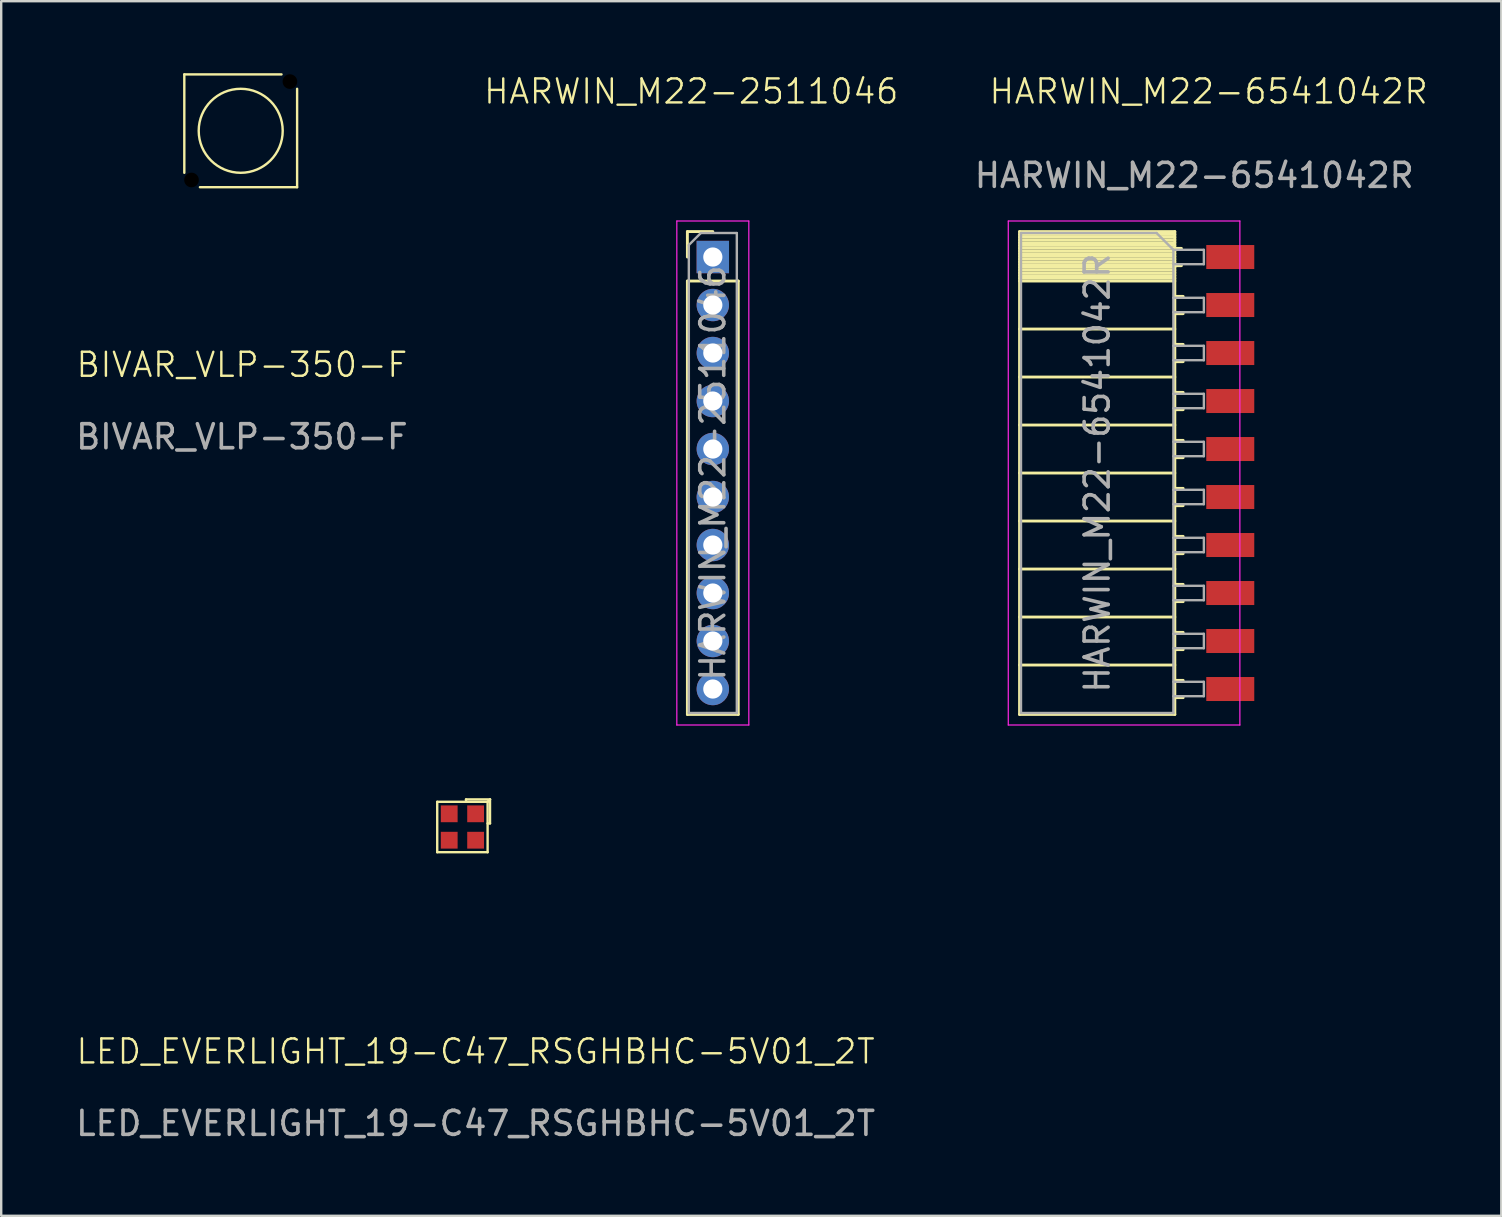
<source format=kicad_pcb>
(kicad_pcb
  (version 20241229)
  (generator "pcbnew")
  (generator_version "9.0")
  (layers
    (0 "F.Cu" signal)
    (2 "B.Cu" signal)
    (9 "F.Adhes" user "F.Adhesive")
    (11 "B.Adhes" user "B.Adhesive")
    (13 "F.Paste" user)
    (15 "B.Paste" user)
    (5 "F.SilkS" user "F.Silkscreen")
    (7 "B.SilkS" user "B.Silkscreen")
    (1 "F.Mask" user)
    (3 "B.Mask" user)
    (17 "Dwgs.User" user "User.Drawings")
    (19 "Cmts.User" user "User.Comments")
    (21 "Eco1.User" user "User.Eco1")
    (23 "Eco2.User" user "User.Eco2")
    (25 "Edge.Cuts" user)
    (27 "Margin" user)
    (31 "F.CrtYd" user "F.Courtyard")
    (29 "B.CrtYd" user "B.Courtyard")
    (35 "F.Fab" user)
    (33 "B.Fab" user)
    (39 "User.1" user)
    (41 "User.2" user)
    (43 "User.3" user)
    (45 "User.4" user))
  (footprint "LED_EVERLIGHT_19-C47_RSGHBHC-5V01_2T"
    (layer "F.Cu")
    (at 16.768 30.86)
    (property "Reference" "LED_EVERLIGHT_19-C47_RSGHBHC-5V01_2T" (at 0 9.9 0) (unlocked yes) (layer "F.SilkS") (effects (font (size 1 1) (thickness 0.1))))
    (attr smd)
    (fp_line (start -1.6 -0.5) (end -0.4 -0.5) (stroke (width 0.1) (type default)) (layer "F.SilkS"))
    (fp_line (start -1.6 1.6) (end -1.6 -0.5) (stroke (width 0.1) (type default)) (layer "F.SilkS"))
    (fp_line (start -0.4 -0.6) (end 0.6 -0.6) (stroke (width 0.1) (type default)) (layer "F.SilkS"))
    (fp_line (start -0.4 -0.5) (end -0.4 -0.6) (stroke (width 0.1) (type default)) (layer "F.SilkS"))
    (fp_line (start -0.4 -0.5) (end 0.5 -0.5) (stroke (width 0.1) (type default)) (layer "F.SilkS"))
    (fp_line (start 0.5 -0.5) (end 0.5 1.6) (stroke (width 0.1) (type default)) (layer "F.SilkS"))
    (fp_line (start 0.5 -0.5) (end 0.6 -0.6) (stroke (width 0.1) (type default)) (layer "F.SilkS"))
    (fp_line (start 0.5 1.6) (end -1.6 1.6) (stroke (width 0.1) (type default)) (layer "F.SilkS"))
    (fp_line (start 0.6 -0.6) (end 0.6 0.4) (stroke (width 0.1) (type default)) (layer "F.SilkS"))
    (fp_line (start 0.6 0.4) (end 0.5 0.4) (stroke (width 0.1) (type default)) (layer "F.SilkS"))
    (fp_text user "${REFERENCE}" (at 0 12.9 0) (unlocked yes) (layer "F.Fab") (effects (font (size 1 1) (thickness 0.15))))
    (pad "1" smd rect (at 0 0) (size 0.7 0.7) (layers "F.Cu" "F.Mask" "F.Paste"))
    (pad "2" smd rect (at 0 1.1) (size 0.7 0.7) (layers "F.Cu" "F.Mask" "F.Paste"))
    (pad "3" smd rect (at -1.1 1.1) (size 0.7 0.7) (layers "F.Cu" "F.Mask" "F.Paste"))
    (pad "4" smd rect (at -1.1 0) (size 0.7 0.7) (layers "F.Cu" "F.Mask" "F.Paste")))
  (footprint "HARWIN_M22-6541042R"
    (layer "F.Cu")
    (at 48.213 7.66)
    (property "Reference" "HARWIN_M22-6541042R" (at -0.9 -6.9 0) (unlocked yes) (layer "F.SilkS") (effects (font (size 1 1) (thickness 0.1))))
    (attr smd)
    (fp_line (start -8.78 -1.06) (end -8.78 19.06) (stroke (width 0.12) (type solid)) (layer "F.SilkS"))
    (fp_line (start -8.78 -1.06) (end -2.31 -1.06) (stroke (width 0.12) (type solid)) (layer "F.SilkS"))
    (fp_line (start -8.78 -0.94) (end -2.31 -0.94) (stroke (width 0.12) (type solid)) (layer "F.SilkS"))
    (fp_line (start -8.78 -0.826) (end -2.31 -0.826) (stroke (width 0.12) (type solid)) (layer "F.SilkS"))
    (fp_line (start -8.78 -0.712) (end -2.31 -0.712) (stroke (width 0.12) (type solid)) (layer "F.SilkS"))
    (fp_line (start -8.78 -0.598) (end -2.31 -0.598) (stroke (width 0.12) (type solid)) (layer "F.SilkS"))
    (fp_line (start -8.78 -0.484) (end -2.31 -0.484) (stroke (width 0.12) (type solid)) (layer "F.SilkS"))
    (fp_line (start -8.78 -0.369) (end -2.31 -0.369) (stroke (width 0.12) (type solid)) (layer "F.SilkS"))
    (fp_line (start -8.78 -0.255) (end -2.31 -0.255) (stroke (width 0.12) (type solid)) (layer "F.SilkS"))
    (fp_line (start -8.78 -0.141) (end -2.31 -0.141) (stroke (width 0.12) (type solid)) (layer "F.SilkS"))
    (fp_line (start -8.78 -0.027) (end -2.31 -0.027) (stroke (width 0.12) (type solid)) (layer "F.SilkS"))
    (fp_line (start -8.78 0.087) (end -2.31 0.087) (stroke (width 0.12) (type solid)) (layer "F.SilkS"))
    (fp_line (start -8.78 0.201) (end -2.31 0.201) (stroke (width 0.12) (type solid)) (layer "F.SilkS"))
    (fp_line (start -8.78 0.315) (end -2.31 0.315) (stroke (width 0.12) (type solid)) (layer "F.SilkS"))
    (fp_line (start -8.78 0.429) (end -2.31 0.429) (stroke (width 0.12) (type solid)) (layer "F.SilkS"))
    (fp_line (start -8.78 0.544) (end -2.31 0.544) (stroke (width 0.12) (type solid)) (layer "F.SilkS"))
    (fp_line (start -8.78 0.658) (end -2.31 0.658) (stroke (width 0.12) (type solid)) (layer "F.SilkS"))
    (fp_line (start -8.78 0.772) (end -2.31 0.772) (stroke (width 0.12) (type solid)) (layer "F.SilkS"))
    (fp_line (start -8.78 0.886) (end -2.31 0.886) (stroke (width 0.12) (type solid)) (layer "F.SilkS"))
    (fp_line (start -8.78 1) (end -2.31 1) (stroke (width 0.12) (type solid)) (layer "F.SilkS"))
    (fp_line (start -8.78 3) (end -2.31 3) (stroke (width 0.12) (type solid)) (layer "F.SilkS"))
    (fp_line (start -8.78 5) (end -2.31 5) (stroke (width 0.12) (type solid)) (layer "F.SilkS"))
    (fp_line (start -8.78 7) (end -2.31 7) (stroke (width 0.12) (type solid)) (layer "F.SilkS"))
    (fp_line (start -8.78 9) (end -2.31 9) (stroke (width 0.12) (type solid)) (layer "F.SilkS"))
    (fp_line (start -8.78 11) (end -2.31 11) (stroke (width 0.12) (type solid)) (layer "F.SilkS"))
    (fp_line (start -8.78 13) (end -2.31 13) (stroke (width 0.12) (type solid)) (layer "F.SilkS"))
    (fp_line (start -8.78 15) (end -2.31 15) (stroke (width 0.12) (type solid)) (layer "F.SilkS"))
    (fp_line (start -8.78 17) (end -2.31 17) (stroke (width 0.12) (type solid)) (layer "F.SilkS"))
    (fp_line (start -8.78 19.06) (end -2.31 19.06) (stroke (width 0.12) (type solid)) (layer "F.SilkS"))
    (fp_line (start -2.31 -1.06) (end -2.31 19.06) (stroke (width 0.12) (type solid)) (layer "F.SilkS"))
    (fp_line (start -2.31 -0.36) (end -2.035 -0.36) (stroke (width 0.12) (type solid)) (layer "F.SilkS"))
    (fp_line (start -2.31 0.36) (end -2.035 0.36) (stroke (width 0.12) (type solid)) (layer "F.SilkS"))
    (fp_line (start -2.31 1.64) (end -1.963 1.64) (stroke (width 0.12) (type solid)) (layer "F.SilkS"))
    (fp_line (start -2.31 2.36) (end -1.963 2.36) (stroke (width 0.12) (type solid)) (layer "F.SilkS"))
    (fp_line (start -2.31 3.64) (end -1.963 3.64) (stroke (width 0.12) (type solid)) (layer "F.SilkS"))
    (fp_line (start -2.31 4.36) (end -1.963 4.36) (stroke (width 0.12) (type solid)) (layer "F.SilkS"))
    (fp_line (start -2.31 5.64) (end -1.963 5.64) (stroke (width 0.12) (type solid)) (layer "F.SilkS"))
    (fp_line (start -2.31 6.36) (end -1.963 6.36) (stroke (width 0.12) (type solid)) (layer "F.SilkS"))
    (fp_line (start -2.31 7.64) (end -1.963 7.64) (stroke (width 0.12) (type solid)) (layer "F.SilkS"))
    (fp_line (start -2.31 8.36) (end -1.963 8.36) (stroke (width 0.12) (type solid)) (layer "F.SilkS"))
    (fp_line (start -2.31 9.64) (end -1.963 9.64) (stroke (width 0.12) (type solid)) (layer "F.SilkS"))
    (fp_line (start -2.31 10.36) (end -1.963 10.36) (stroke (width 0.12) (type solid)) (layer "F.SilkS"))
    (fp_line (start -2.31 11.64) (end -1.963 11.64) (stroke (width 0.12) (type solid)) (layer "F.SilkS"))
    (fp_line (start -2.31 12.36) (end -1.963 12.36) (stroke (width 0.12) (type solid)) (layer "F.SilkS"))
    (fp_line (start -2.31 13.64) (end -1.963 13.64) (stroke (width 0.12) (type solid)) (layer "F.SilkS"))
    (fp_line (start -2.31 14.36) (end -1.963 14.36) (stroke (width 0.12) (type solid)) (layer "F.SilkS"))
    (fp_line (start -2.31 15.64) (end -1.963 15.64) (stroke (width 0.12) (type solid)) (layer "F.SilkS"))
    (fp_line (start -2.31 16.36) (end -1.963 16.36) (stroke (width 0.12) (type solid)) (layer "F.SilkS"))
    (fp_line (start -2.31 17.64) (end -1.963 17.64) (stroke (width 0.12) (type solid)) (layer "F.SilkS"))
    (fp_line (start -2.31 18.36) (end -1.963 18.36) (stroke (width 0.12) (type solid)) (layer "F.SilkS"))
    (fp_line (start -9.25 -1.5) (end -9.25 19.5) (stroke (width 0.05) (type solid)) (layer "F.CrtYd"))
    (fp_line (start -9.25 19.5) (end 0.4 19.5) (stroke (width 0.05) (type solid)) (layer "F.CrtYd"))
    (fp_line (start 0.4 -1.5) (end -9.25 -1.5) (stroke (width 0.05) (type solid)) (layer "F.CrtYd"))
    (fp_line (start 0.4 19.5) (end 0.4 -1.5) (stroke (width 0.05) (type solid)) (layer "F.CrtYd"))
    (fp_line (start -8.72 -1) (end -3.07 -1) (stroke (width 0.1) (type solid)) (layer "F.Fab"))
    (fp_line (start -8.72 19) (end -8.72 -1) (stroke (width 0.1) (type solid)) (layer "F.Fab"))
    (fp_line (start -3.07 -1) (end -2.37 -0.3) (stroke (width 0.1) (type solid)) (layer "F.Fab"))
    (fp_line (start -2.37 -0.3) (end -2.37 19) (stroke (width 0.1) (type solid)) (layer "F.Fab"))
    (fp_line (start -2.37 0.3) (end -1.1 0.3) (stroke (width 0.1) (type solid)) (layer "F.Fab"))
    (fp_line (start -2.37 2.3) (end -1.1 2.3) (stroke (width 0.1) (type solid)) (layer "F.Fab"))
    (fp_line (start -2.37 4.3) (end -1.1 4.3) (stroke (width 0.1) (type solid)) (layer "F.Fab"))
    (fp_line (start -2.37 6.3) (end -1.1 6.3) (stroke (width 0.1) (type solid)) (layer "F.Fab"))
    (fp_line (start -2.37 8.3) (end -1.1 8.3) (stroke (width 0.1) (type solid)) (layer "F.Fab"))
    (fp_line (start -2.37 10.3) (end -1.1 10.3) (stroke (width 0.1) (type solid)) (layer "F.Fab"))
    (fp_line (start -2.37 12.3) (end -1.1 12.3) (stroke (width 0.1) (type solid)) (layer "F.Fab"))
    (fp_line (start -2.37 14.3) (end -1.1 14.3) (stroke (width 0.1) (type solid)) (layer "F.Fab"))
    (fp_line (start -2.37 16.3) (end -1.1 16.3) (stroke (width 0.1) (type solid)) (layer "F.Fab"))
    (fp_line (start -2.37 18.3) (end -1.1 18.3) (stroke (width 0.1) (type solid)) (layer "F.Fab"))
    (fp_line (start -2.37 19) (end -8.72 19) (stroke (width 0.1) (type solid)) (layer "F.Fab"))
    (fp_line (start -1.1 -0.3) (end -2.37 -0.3) (stroke (width 0.1) (type solid)) (layer "F.Fab"))
    (fp_line (start -1.1 0.3) (end -1.1 -0.3) (stroke (width 0.1) (type solid)) (layer "F.Fab"))
    (fp_line (start -1.1 1.7) (end -2.37 1.7) (stroke (width 0.1) (type solid)) (layer "F.Fab"))
    (fp_line (start -1.1 2.3) (end -1.1 1.7) (stroke (width 0.1) (type solid)) (layer "F.Fab"))
    (fp_line (start -1.1 3.7) (end -2.37 3.7) (stroke (width 0.1) (type solid)) (layer "F.Fab"))
    (fp_line (start -1.1 4.3) (end -1.1 3.7) (stroke (width 0.1) (type solid)) (layer "F.Fab"))
    (fp_line (start -1.1 5.7) (end -2.37 5.7) (stroke (width 0.1) (type solid)) (layer "F.Fab"))
    (fp_line (start -1.1 6.3) (end -1.1 5.7) (stroke (width 0.1) (type solid)) (layer "F.Fab"))
    (fp_line (start -1.1 7.7) (end -2.37 7.7) (stroke (width 0.1) (type solid)) (layer "F.Fab"))
    (fp_line (start -1.1 8.3) (end -1.1 7.7) (stroke (width 0.1) (type solid)) (layer "F.Fab"))
    (fp_line (start -1.1 9.7) (end -2.37 9.7) (stroke (width 0.1) (type solid)) (layer "F.Fab"))
    (fp_line (start -1.1 10.3) (end -1.1 9.7) (stroke (width 0.1) (type solid)) (layer "F.Fab"))
    (fp_line (start -1.1 11.7) (end -2.37 11.7) (stroke (width 0.1) (type solid)) (layer "F.Fab"))
    (fp_line (start -1.1 12.3) (end -1.1 11.7) (stroke (width 0.1) (type solid)) (layer "F.Fab"))
    (fp_line (start -1.1 13.7) (end -2.37 13.7) (stroke (width 0.1) (type solid)) (layer "F.Fab"))
    (fp_line (start -1.1 14.3) (end -1.1 13.7) (stroke (width 0.1) (type solid)) (layer "F.Fab"))
    (fp_line (start -1.1 15.7) (end -2.37 15.7) (stroke (width 0.1) (type solid)) (layer "F.Fab"))
    (fp_line (start -1.1 16.3) (end -1.1 15.7) (stroke (width 0.1) (type solid)) (layer "F.Fab"))
    (fp_line (start -1.1 17.7) (end -2.37 17.7) (stroke (width 0.1) (type solid)) (layer "F.Fab"))
    (fp_line (start -1.1 18.3) (end -1.1 17.7) (stroke (width 0.1) (type solid)) (layer "F.Fab"))
    (fp_line (start -2.3 0) (end 0.5 0) (stroke (width 0.1) (type default)) (layer "User.1"))
    (fp_line (start -1.8 2) (end 0.9 2) (stroke (width 0.1) (type default)) (layer "User.1"))
    (fp_line (start -0.5 0) (end -0.5 -0.2) (stroke (width 0.1) (type default)) (layer "User.1"))
    (fp_line (start 0 0) (end 0 -0.2) (stroke (width 0.1) (type default)) (layer "User.1"))
    (fp_line (start 0 0) (end 0 0.2) (stroke (width 0.1) (type default)) (layer "User.1"))
    (fp_line (start 0 0.2) (end 0 19.5) (stroke (width 0.1) (type default)) (layer "User.1"))
    (fp_line (start 0.5 0) (end 0.5 -0.2) (stroke (width 0.1) (type default)) (layer "User.1"))
    (fp_text user "${REFERENCE}" (at -5.545 9 90) (layer "F.Fab") (effects (font (size 1 1) (thickness 0.15))))
    (fp_text user "${REFERENCE}" (at -1.5 -3.4 0) (unlocked yes) (layer "F.Fab") (effects (font (size 1 1) (thickness 0.15))))
    (pad "1" smd rect (at 0 0) (size 2 1) (layers "F.Cu" "F.Mask" "F.Paste"))
    (pad "2" smd rect (at 0 2) (size 2 1) (layers "F.Cu" "F.Mask" "F.Paste"))
    (pad "3" smd rect (at 0 4) (size 2 1) (layers "F.Cu" "F.Mask" "F.Paste"))
    (pad "4" smd rect (at 0 6) (size 2 1) (layers "F.Cu" "F.Mask" "F.Paste"))
    (pad "5" smd rect (at 0 8) (size 2 1) (layers "F.Cu" "F.Mask" "F.Paste"))
    (pad "6" smd rect (at 0 10) (size 2 1) (layers "F.Cu" "F.Mask" "F.Paste"))
    (pad "7" smd rect (at 0 12) (size 2 1) (layers "F.Cu" "F.Mask" "F.Paste"))
    (pad "8" smd rect (at 0 14) (size 2 1) (layers "F.Cu" "F.Mask" "F.Paste"))
    (pad "9" smd rect (at 0 16) (size 2 1) (layers "F.Cu" "F.Mask" "F.Paste"))
    (pad "10" smd rect (at 0 18) (size 2 1) (layers "F.Cu" "F.Mask" "F.Paste")))
  (footprint "BIVAR_VLP-350-F"
    (layer "F.Cu")
    (at 6.98 2.4)
    (property "Reference" "BIVAR_VLP-350-F" (at 0.05 9.75 0) (unlocked yes) (layer "F.SilkS") (effects (font (size 1 1) (thickness 0.1))))
    (attr smd)
    (fp_line (start -2.35 -2.35) (end 1.7 -2.35) (stroke (width 0.1) (type default)) (layer "F.SilkS"))
    (fp_line (start -2.35 1.75) (end -2.35 -2.35) (stroke (width 0.1) (type default)) (layer "F.SilkS"))
    (fp_line (start 2.35 -1.75) (end 2.35 2.35) (stroke (width 0.1) (type default)) (layer "F.SilkS"))
    (fp_line (start 2.35 2.35) (end -1.7 2.35) (stroke (width 0.1) (type default)) (layer "F.SilkS"))
    (fp_circle (center 0 0) (end 1.75 0) (stroke (width 0.1) (type default)) (fill no) (layer "F.SilkS"))
    (fp_text user "${REFERENCE}" (at 0.05 12.75 0) (unlocked yes) (layer "F.Fab") (effects (font (size 1 1) (thickness 0.15))))
    (pad "" np_thru_hole circle (at -2.05 2.05) (size 0.61 0.61) (drill 0.61) (layers "*.Mask"))
    (pad "" np_thru_hole circle (at 2.05 -2.05) (size 0.61 0.61) (drill 0.61) (layers "*.Mask")))
  (footprint "HARWIN_M22-2511046"
    (layer "F.Cu")
    (at 26.652 7.66)
    (property "Reference" "HARWIN_M22-2511046" (at -0.9 -6.9 0) (unlocked yes) (layer "F.SilkS") (effects (font (size 1 1) (thickness 0.1))))
    (attr smd)
    (fp_line (start -1.06 -1.06) (end 0 -1.06) (stroke (width 0.12) (type solid)) (layer "F.SilkS"))
    (fp_line (start -1.06 0) (end -1.06 -1.06) (stroke (width 0.12) (type solid)) (layer "F.SilkS"))
    (fp_line (start -1.06 1) (end -1.06 19.06) (stroke (width 0.12) (type solid)) (layer "F.SilkS"))
    (fp_line (start -1.06 1) (end 1.06 1) (stroke (width 0.12) (type solid)) (layer "F.SilkS"))
    (fp_line (start -1.06 19.06) (end 1.06 19.06) (stroke (width 0.12) (type solid)) (layer "F.SilkS"))
    (fp_line (start 1.06 1) (end 1.06 19.06) (stroke (width 0.12) (type solid)) (layer "F.SilkS"))
    (fp_line (start -1.5 -1.5) (end -1.5 19.5) (stroke (width 0.05) (type solid)) (layer "F.CrtYd"))
    (fp_line (start -1.5 19.5) (end 1.5 19.5) (stroke (width 0.05) (type solid)) (layer "F.CrtYd"))
    (fp_line (start 1.5 -1.5) (end -1.5 -1.5) (stroke (width 0.05) (type solid)) (layer "F.CrtYd"))
    (fp_line (start 1.5 19.5) (end 1.5 -1.5) (stroke (width 0.05) (type solid)) (layer "F.CrtYd"))
    (fp_line (start -1 -0.5) (end -0.5 -1) (stroke (width 0.1) (type solid)) (layer "F.Fab"))
    (fp_line (start -1 19) (end -1 -0.5) (stroke (width 0.1) (type solid)) (layer "F.Fab"))
    (fp_line (start -0.5 -1) (end 1 -1) (stroke (width 0.1) (type solid)) (layer "F.Fab"))
    (fp_line (start 1 -1) (end 1 19) (stroke (width 0.1) (type solid)) (layer "F.Fab"))
    (fp_line (start 1 19) (end -1 19) (stroke (width 0.1) (type solid)) (layer "F.Fab"))
    (fp_text user "${REFERENCE}" (at 0 9 90) (layer "F.Fab") (effects (font (size 1 1) (thickness 0.15))))
    (pad "1" thru_hole rect (at 0 0) (size 1.35 1.35) (drill 0.8) (layers "*.Cu" "*.Mask"))
    (pad "2" thru_hole oval (at 0 2) (size 1.35 1.35) (drill 0.8) (layers "*.Cu" "*.Mask"))
    (pad "3" thru_hole oval (at 0 4) (size 1.35 1.35) (drill 0.8) (layers "*.Cu" "*.Mask"))
    (pad "4" thru_hole oval (at 0 6) (size 1.35 1.35) (drill 0.8) (layers "*.Cu" "*.Mask"))
    (pad "5" thru_hole oval (at 0 8) (size 1.35 1.35) (drill 0.8) (layers "*.Cu" "*.Mask"))
    (pad "6" thru_hole oval (at 0 10) (size 1.35 1.35) (drill 0.8) (layers "*.Cu" "*.Mask"))
    (pad "7" thru_hole oval (at 0 12) (size 1.35 1.35) (drill 0.8) (layers "*.Cu" "*.Mask"))
    (pad "8" thru_hole oval (at 0 14) (size 1.35 1.35) (drill 0.8) (layers "*.Cu" "*.Mask"))
    (pad "9" thru_hole oval (at 0 16) (size 1.35 1.35) (drill 0.8) (layers "*.Cu" "*.Mask"))
    (pad "10" thru_hole oval (at 0 18) (size 1.35 1.35) (drill 0.8) (layers "*.Cu" "*.Mask")))
  (gr_rect
    (start -3 -3)
    (end 59.506 47.609)
    (stroke (width 0.1) (type default))
    (fill no)
    (layer "Edge.Cuts")))
</source>
